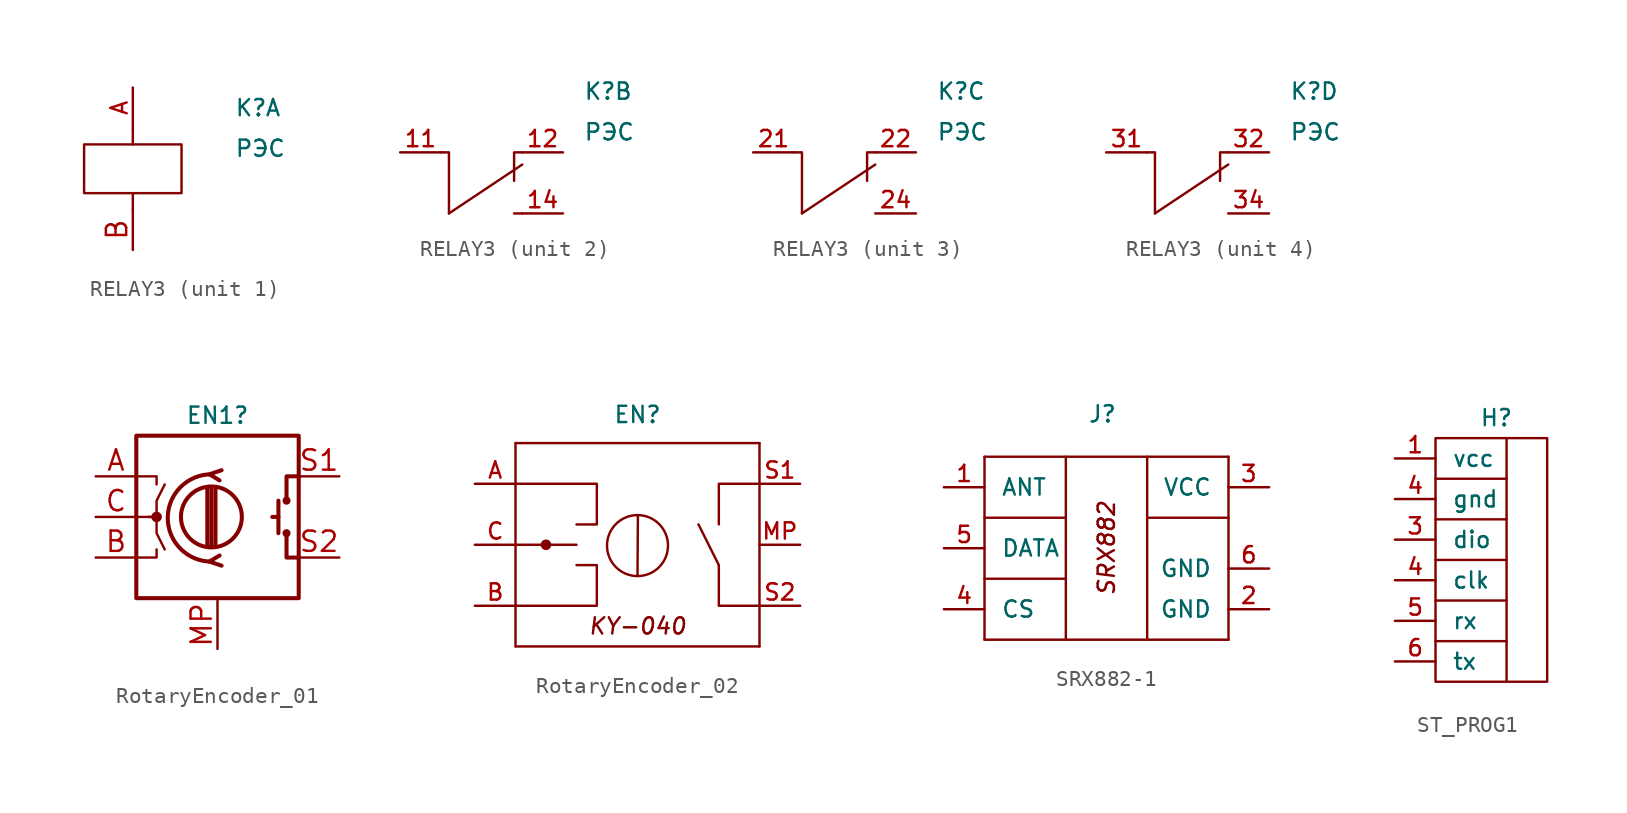
<source format=kicad_sym>
(kicad_symbol_lib
  (version 20241209)
  (generator "kicad_symbol_editor")
  (generator_version "9.0")
  (symbol "RELAY3"
    (property "Reference" "K"
      (at 6.35 3.81 0)
      (effects (font (size 1.016 1.016)) (justify left)))
    (property "Value" "РЭС"
      (at 6.35 1.27 0)
      (effects (font (size 1.016 1.016)) (justify left)))
    (property "ki_locked" ""
      (at 0 0 0)
      (effects (font (size 1.27 1.27))))
    (symbol "RELAY3_1_1"
      (rectangle (start -3.048 1.524) (end 3.048 -1.524) (stroke (width 0) (type default)) (fill (type none)))
      (polyline (pts (xy 0 1.524) (xy 0 2.54)) (stroke (width 0) (type default)) (fill (type none)))
      (polyline (pts (xy 0 -2.54) (xy 0 -1.524)) (stroke (width 0) (type default)) (fill (type none)))
      (pin passive line (at 0 5.08 270) (length 2.54) (name "~" (effects (font (size 1.016 1.016)))) (number "A" (effects (font (size 1.016 1.016)))))
      (pin passive line (at 0 -5.08 90) (length 2.54) (name "~" (effects (font (size 1.27 1.27)))) (number "B" (effects (font (size 1.27 1.27))))))
    (symbol "RELAY3_2_1"
      (polyline (pts (xy -2.032 -3.81) (xy 2.54 -0.762)) (stroke (width 0) (type default)) (fill (type none)))
      (polyline (pts (xy -2.032 -3.81) (xy -2.032 0) (xy -2.54 0)) (stroke (width 0) (type default)) (fill (type none)))
      (polyline (pts (xy 2.54 0) (xy 2.032 0) (xy 2.032 -1.778)) (stroke (width 0) (type default)) (fill (type none)))
      (polyline (pts (xy 2.54 -3.81) (xy 2.032 -3.81)) (stroke (width 0) (type default)) (fill (type none)))
      (pin passive line (at -5.08 0 0) (length 2.54) (name "~" (effects (font (size 1.016 1.016)))) (number "11" (effects (font (size 1.016 1.016)))))
      (pin passive line (at 5.08 0 180) (length 2.54) (name "~" (effects (font (size 1.016 1.016)))) (number "12" (effects (font (size 1.016 1.016)))))
      (pin passive line (at 5.08 -3.81 180) (length 2.54) (name "~" (effects (font (size 1.016 1.016)))) (number "14" (effects (font (size 1.016 1.016))))))
    (symbol "RELAY3_3_1"
      (polyline (pts (xy -2.032 -3.81) (xy 2.54 -0.762)) (stroke (width 0) (type default)) (fill (type none)))
      (polyline (pts (xy -2.032 -3.81) (xy -2.032 0) (xy -2.54 0)) (stroke (width 0) (type default)) (fill (type none)))
      (polyline (pts (xy 2.54 0) (xy 2.032 0) (xy 2.032 -1.778)) (stroke (width 0) (type default)) (fill (type none)))
      (pin passive line (at -5.08 0 0) (length 2.54) (name "~" (effects (font (size 1.016 1.016)))) (number "21" (effects (font (size 1.016 1.016)))))
      (pin passive line (at 5.08 0 180) (length 2.54) (name "~" (effects (font (size 1.016 1.016)))) (number "22" (effects (font (size 1.016 1.016)))))
      (pin passive line (at 5.08 -3.81 180) (length 2.54) (name "~" (effects (font (size 1.016 1.016)))) (number "24" (effects (font (size 1.016 1.016))))))
    (symbol "RELAY3_4_1"
      (polyline (pts (xy -2.032 -3.81) (xy 2.54 -0.762)) (stroke (width 0) (type default)) (fill (type none)))
      (polyline (pts (xy -2.032 -3.81) (xy -2.032 0) (xy -2.54 0)) (stroke (width 0) (type default)) (fill (type none)))
      (polyline (pts (xy 2.54 0) (xy 2.032 0) (xy 2.032 -1.778)) (stroke (width 0) (type default)) (fill (type none)))
      (pin passive line (at -5.08 0 0) (length 2.54) (name "~" (effects (font (size 1.016 1.016)))) (number "31" (effects (font (size 1.016 1.016)))))
      (pin passive line (at 5.08 0 180) (length 2.54) (name "~" (effects (font (size 1.016 1.016)))) (number "32" (effects (font (size 1.016 1.016)))))
      (pin passive line (at 5.08 -3.81 180) (length 2.54) (name "~" (effects (font (size 1.016 1.016)))) (number "34" (effects (font (size 1.016 1.016)))))))
  (symbol "RotaryEncoder_01"
    (pin_names
      (offset 0.254)
      (hide yes))
    (property "Reference" "EN1"
      (at 0 6.35 0)
      (effects (font (size 1.016 1.016))))
    (symbol "RotaryEncoder_01_0_1"
      (polyline (pts (xy -5.08 2.54) (xy -3.81 2.54) (xy -3.81 2.032)) (stroke (width 0) (type default)) (fill (type none)))
      (polyline (pts (xy -5.08 0) (xy -3.81 0) (xy -3.81 -1.016) (xy -3.302 -2.032)) (stroke (width 0) (type default)) (fill (type none)))
      (polyline (pts (xy -5.08 -2.54) (xy -3.81 -2.54) (xy -3.81 -2.032)) (stroke (width 0) (type default)) (fill (type none)))
      (polyline (pts (xy -4.318 0) (xy -3.81 0) (xy -3.81 1.016) (xy -3.302 2.032)) (stroke (width 0) (type default)) (fill (type none)))
      (circle (center -3.81 0) (radius 0.254) (stroke (width 0) (type default)) (fill (type outline)))
      (polyline (pts (xy -0.635 -1.778) (xy -0.635 1.778)) (stroke (width 0.254) (type default)) (fill (type none)))
      (circle (center -0.381 0) (radius 1.905) (stroke (width 0.254) (type default)) (fill (type none)))
      (polyline (pts (xy -0.381 -1.778) (xy -0.381 1.778)) (stroke (width 0.254) (type default)) (fill (type none)))
      (arc (start -0.381 -2.794) (mid -3.0988 -0.0635) (end -0.381 2.667) (stroke (width 0.254) (type default)) (fill (type none)))
      (polyline (pts (xy -0.127 1.778) (xy -0.127 -1.778)) (stroke (width 0.254) (type default)) (fill (type none)))
      (polyline (pts (xy 0.254 2.921) (xy -0.508 2.667) (xy 0.127 2.286)) (stroke (width 0.254) (type default)) (fill (type none)))
      (polyline (pts (xy 0.254 -3.048) (xy -0.508 -2.794) (xy 0.127 -2.413)) (stroke (width 0.254) (type default)) (fill (type none)))
      (polyline (pts (xy 3.81 1.016) (xy 3.81 -1.016)) (stroke (width 0.254) (type default)) (fill (type none)))
      (polyline (pts (xy 3.81 0) (xy 3.429 0)) (stroke (width 0.254) (type default)) (fill (type none)))
      (circle (center 4.318 1.016) (radius 0.127) (stroke (width 0.254) (type default)) (fill (type none)))
      (circle (center 4.318 -1.016) (radius 0.127) (stroke (width 0.254) (type default)) (fill (type none)))
      (polyline (pts (xy 5.08 2.54) (xy 4.318 2.54) (xy 4.318 1.016)) (stroke (width 0.254) (type default)) (fill (type none)))
      (polyline (pts (xy 5.08 -2.54) (xy 4.318 -2.54) (xy 4.318 -1.016)) (stroke (width 0.254) (type default)) (fill (type none))))
    (symbol "RotaryEncoder_01_1_1"
      (rectangle (start -5.08 5.08) (end 5.08 -5.08) (stroke (width 0.254) (type default)) (fill (type none)))
      (pin passive line (at -7.62 2.54 0) (length 2.54) (name "A" (effects (font (size 1.27 1.27)))) (number "A" (effects (font (size 1.27 1.27)))))
      (pin passive line (at -7.62 0 0) (length 2.54) (name "C" (effects (font (size 1.27 1.27)))) (number "C" (effects (font (size 1.27 1.27)))))
      (pin passive line (at -7.62 -2.54 0) (length 2.54) (name "B" (effects (font (size 1.27 1.27)))) (number "B" (effects (font (size 1.27 1.27)))))
      (pin passive line (at 0 -8.255 90) (length 3) (name "" (effects (font (size 1.27 1.27)))) (number "MP" (effects (font (size 1.27 1.27)))))
      (pin passive line (at 7.62 2.54 180) (length 2.54) (name "S1" (effects (font (size 1.27 1.27)))) (number "S1" (effects (font (size 1.27 1.27)))))
      (pin passive line (at 7.62 -2.54 180) (length 2.54) (name "S2" (effects (font (size 1.27 1.27)))) (number "S2" (effects (font (size 1.27 1.27)))))))
  (symbol "RotaryEncoder_02"
    (pin_names
      (offset 0.254)
      (hide yes))
    (property "Reference" "EN"
      (at 0 8.128 0)
      (effects (font (size 1.016 1.016))))
    (symbol "RotaryEncoder_02_0_1"
      (polyline (pts (xy -7.62 3.81) (xy -2.54 3.81) (xy -2.54 1.27) (xy -3.81 1.27)) (stroke (width 0) (type default)) (fill (type none)))
      (polyline (pts (xy -7.62 0) (xy -3.81 0)) (stroke (width 0) (type default)) (fill (type none)))
      (polyline (pts (xy -7.62 -3.81) (xy -2.54 -3.81) (xy -2.54 -1.27) (xy -3.81 -1.27)) (stroke (width 0) (type default)) (fill (type none)))
      (polyline (pts (xy 5.08 1.27) (xy 5.08 3.81) (xy 7.62 3.81)) (stroke (width 0) (type default)) (fill (type none)))
      (polyline (pts (xy 5.08 -1.27) (xy 3.81 1.27)) (stroke (width 0) (type default)) (fill (type none)))
      (polyline (pts (xy 5.08 -1.27) (xy 5.08 -3.81) (xy 7.62 -3.81)) (stroke (width 0) (type default)) (fill (type none))))
    (symbol "RotaryEncoder_02_1_1"
      (polyline (pts (xy -7.62 6.35) (xy -7.62 -6.35)) (stroke (width 0) (type default)) (fill (type none)))
      (polyline (pts (xy -7.62 6.35) (xy 7.62 6.35)) (stroke (width 0) (type default)) (fill (type none)))
      (polyline (pts (xy -7.62 -6.35) (xy 7.62 -6.35)) (stroke (width 0) (type default)) (fill (type none)))
      (circle (center -5.715 0) (radius 0.255) (stroke (width 0) (type default)) (fill (type outline)))
      (circle (center 0 -0.051) (radius 1.905) (stroke (width 0) (type default)) (fill (type none)))
      (polyline (pts (xy 0 -1.905) (xy 0.025 1.854)) (stroke (width 0) (type default)) (fill (type none)))
      (polyline (pts (xy 7.62 6.35) (xy 7.62 -6.35)) (stroke (width 0) (type default)) (fill (type none)))
      (text "KY-040" (at 0 -5.08 0) (effects (font (size 1.016 1.016) (italic yes))))
      (pin passive line (at -10.16 3.81 0) (length 2.54) (name "A" (effects (font (size 1.016 1.016)))) (number "A" (effects (font (size 1.016 1.016)))))
      (pin passive line (at -10.16 0 0) (length 2.54) (name "C" (effects (font (size 1.016 1.016)))) (number "C" (effects (font (size 1.016 1.016)))))
      (pin passive line (at -10.16 -3.81 0) (length 2.54) (name "B" (effects (font (size 1.016 1.016)))) (number "B" (effects (font (size 1.016 1.016)))))
      (pin passive line (at 10.16 3.81 180) (length 2.54) (name "S1" (effects (font (size 1.016 1.016)))) (number "S1" (effects (font (size 1.016 1.016)))))
      (pin passive line (at 10.16 0 180) (length 2.54) (name "" (effects (font (size 1.016 1.016)))) (number "MP" (effects (font (size 1.016 1.016)))))
      (pin passive line (at 10.16 -3.81 180) (length 2.54) (name "S2" (effects (font (size 1.016 1.016)))) (number "S2" (effects (font (size 1.016 1.016)))))))
  (symbol "SRX882-1"
    (pin_names
      (offset 1.016))
    (property "Reference" "J"
      (at -0.254 8.382 0)
      (effects (font (size 1.016 1.016))))
    (symbol "SRX882-1_0_1"
      (polyline (pts (xy -7.62 1.905) (xy -2.54 1.905)) (stroke (width 0) (type default)) (fill (type none)))
      (polyline (pts (xy -7.62 -1.905) (xy -2.54 -1.905)) (stroke (width 0) (type default)) (fill (type none)))
      (polyline (pts (xy 2.54 1.905) (xy 7.62 1.905)) (stroke (width 0) (type default)) (fill (type none))))
    (symbol "SRX882-1_1_1"
      (polyline (pts (xy -7.62 5.715) (xy -7.62 -5.715)) (stroke (width 0) (type default)) (fill (type none)))
      (polyline (pts (xy -7.62 5.715) (xy 7.62 5.715)) (stroke (width 0) (type default)) (fill (type none)))
      (polyline (pts (xy -7.62 -5.715) (xy 7.62 -5.715)) (stroke (width 0) (type default)) (fill (type none)))
      (polyline (pts (xy -2.54 5.715) (xy -2.54 -5.715)) (stroke (width 0) (type default)) (fill (type none)))
      (polyline (pts (xy 2.54 5.715) (xy 2.54 -5.715)) (stroke (width 0) (type default)) (fill (type none)))
      (polyline (pts (xy 7.62 5.715) (xy 7.62 -5.715)) (stroke (width 0) (type default)) (fill (type none)))
      (text "SRX882" (at 0 0 900) (effects (font (size 1.016 1.016) (italic yes))))
      (pin input line (at -10.16 3.81 0) (length 2.54) (name "ANT" (effects (font (size 1.016 1.016)))) (number "1" (effects (font (size 1.016 1.016)))))
      (pin output line (at -10.16 0 0) (length 2.54) (name "DATA" (effects (font (size 1.016 1.016)))) (number "5" (effects (font (size 1.016 1.016)))))
      (pin input line (at -10.16 -3.81 0) (length 2.54) (name "CS" (effects (font (size 1.016 1.016)))) (number "4" (effects (font (size 1.016 1.016)))))
      (pin power_in line (at 10.16 3.81 180) (length 2.54) (name "VCC" (effects (font (size 1.016 1.016)))) (number "3" (effects (font (size 1.016 1.016)))))
      (pin power_in line (at 10.16 -1.27 180) (length 2.54) (name "GND" (effects (font (size 1.016 1.016)))) (number "6" (effects (font (size 1.016 1.016)))))
      (pin power_in line (at 10.16 -3.81 180) (length 2.54) (name "GND" (effects (font (size 1.016 1.016)))) (number "2" (effects (font (size 1.016 1.016)))))))
  (symbol "ST_PROG1"
    (pin_names
      (offset 1.016))
    (property "Reference" "H"
      (at 0 6.35 0)
      (effects (font (size 1.016 1.016))))
    (symbol "ST_PROG1_0_1"
      (rectangle (start -3.81 5.08) (end 3.175 -10.16) (stroke (width 0) (type default)) (fill (type none)))
      (polyline (pts (xy -3.81 2.54) (xy 0.635 2.54)) (stroke (width 0) (type default)) (fill (type none)))
      (polyline (pts (xy -3.81 0) (xy 0.635 0)) (stroke (width 0) (type default)) (fill (type none)))
      (polyline (pts (xy -3.81 -2.54) (xy 0.635 -2.54)) (stroke (width 0) (type default)) (fill (type none)))
      (polyline (pts (xy -3.81 -5.08) (xy 0.635 -5.08)) (stroke (width 0) (type default)) (fill (type none)))
      (polyline (pts (xy -3.81 -7.62) (xy 0.635 -7.62)) (stroke (width 0) (type default)) (fill (type none)))
      (polyline (pts (xy 0.635 -10.16) (xy 0.635 5.08)) (stroke (width 0) (type default)) (fill (type none))))
    (symbol "ST_PROG1_1_1"
      (pin passive line (at -6.35 3.81 0) (length 2.54) (name "vcc" (effects (font (size 1.016 1.016)))) (number "1" (effects (font (size 1.016 1.016)))))
      (pin passive line (at -6.35 1.27 0) (length 2.54) (name "gnd" (effects (font (size 1.016 1.016)))) (number "4" (effects (font (size 1.016 1.016)))))
      (pin passive line (at -6.35 -1.27 0) (length 2.54) (name "dio" (effects (font (size 1.016 1.016)))) (number "3" (effects (font (size 1.016 1.016)))))
      (pin passive line (at -6.35 -3.81 0) (length 2.54) (name "clk" (effects (font (size 1.016 1.016)))) (number "4" (effects (font (size 1.016 1.016)))))
      (pin passive line (at -6.35 -6.35 0) (length 2.54) (name "rx" (effects (font (size 1.016 1.016)))) (number "5" (effects (font (size 1.016 1.016)))))
      (pin passive line (at -6.35 -8.89 0) (length 2.54) (name "tx" (effects (font (size 1.016 1.016)))) (number "6" (effects (font (size 1.016 1.016))))))))
</source>
